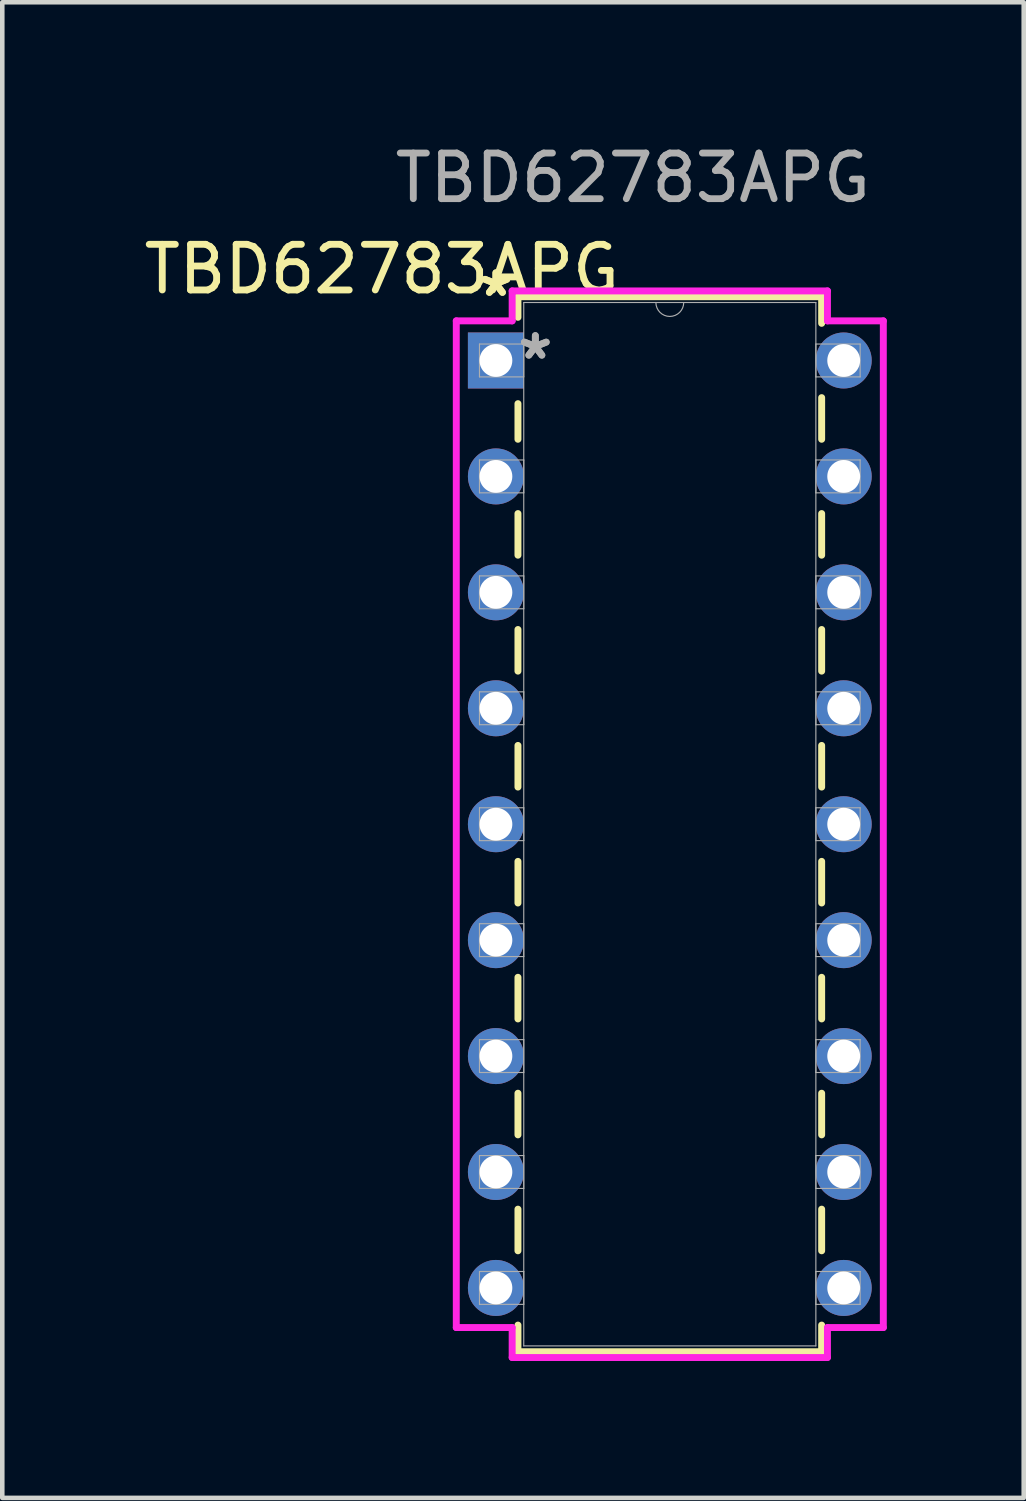
<source format=kicad_pcb>
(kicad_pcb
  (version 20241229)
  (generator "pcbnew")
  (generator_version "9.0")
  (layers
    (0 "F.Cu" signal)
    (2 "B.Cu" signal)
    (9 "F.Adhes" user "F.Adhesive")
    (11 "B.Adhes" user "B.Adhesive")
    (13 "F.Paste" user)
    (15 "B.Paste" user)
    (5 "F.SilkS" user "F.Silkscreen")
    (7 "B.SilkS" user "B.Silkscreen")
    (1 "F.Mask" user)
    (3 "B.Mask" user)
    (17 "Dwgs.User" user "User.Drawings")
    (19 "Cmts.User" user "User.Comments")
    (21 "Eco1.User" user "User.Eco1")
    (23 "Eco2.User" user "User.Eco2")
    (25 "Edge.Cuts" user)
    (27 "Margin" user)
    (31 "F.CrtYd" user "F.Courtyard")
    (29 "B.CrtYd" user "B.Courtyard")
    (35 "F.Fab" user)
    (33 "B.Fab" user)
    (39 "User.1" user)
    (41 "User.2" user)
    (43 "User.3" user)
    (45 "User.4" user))
  (footprint "TBD62783APG"
    (layer "F.Cu")
    (at 7.815 4.848)
    (property "Reference" "TBD62783APG" (at -2.5 -2 0) (unlocked yes) (layer "F.SilkS") (effects (font (size 1 1) (thickness 0.15))))
    (attr through_hole)
    (fp_line (start 0.483 -1.397) (end 0.483 -0.946) (stroke (width 0.152) (type solid)) (layer "F.SilkS"))
    (fp_line (start 0.483 0.946) (end 0.483 1.726) (stroke (width 0.152) (type solid)) (layer "F.SilkS"))
    (fp_line (start 0.483 3.354) (end 0.483 4.266) (stroke (width 0.152) (type solid)) (layer "F.SilkS"))
    (fp_line (start 0.483 5.894) (end 0.483 6.806) (stroke (width 0.152) (type solid)) (layer "F.SilkS"))
    (fp_line (start 0.483 8.434) (end 0.483 9.346) (stroke (width 0.152) (type solid)) (layer "F.SilkS"))
    (fp_line (start 0.483 10.974) (end 0.483 11.886) (stroke (width 0.152) (type solid)) (layer "F.SilkS"))
    (fp_line (start 0.483 13.514) (end 0.483 14.426) (stroke (width 0.152) (type solid)) (layer "F.SilkS"))
    (fp_line (start 0.483 16.054) (end 0.483 16.966) (stroke (width 0.152) (type solid)) (layer "F.SilkS"))
    (fp_line (start 0.483 18.594) (end 0.483 19.506) (stroke (width 0.152) (type solid)) (layer "F.SilkS"))
    (fp_line (start 0.483 21.134) (end 0.483 21.717) (stroke (width 0.152) (type solid)) (layer "F.SilkS"))
    (fp_line (start 0.483 21.717) (end 7.137 21.717) (stroke (width 0.152) (type solid)) (layer "F.SilkS"))
    (fp_line (start 7.137 -1.397) (end 0.483 -1.397) (stroke (width 0.152) (type solid)) (layer "F.SilkS"))
    (fp_line (start 7.137 -0.814) (end 7.137 -1.397) (stroke (width 0.152) (type solid)) (layer "F.SilkS"))
    (fp_line (start 7.137 1.726) (end 7.137 0.814) (stroke (width 0.152) (type solid)) (layer "F.SilkS"))
    (fp_line (start 7.137 4.266) (end 7.137 3.354) (stroke (width 0.152) (type solid)) (layer "F.SilkS"))
    (fp_line (start 7.137 6.806) (end 7.137 5.894) (stroke (width 0.152) (type solid)) (layer "F.SilkS"))
    (fp_line (start 7.137 9.346) (end 7.137 8.434) (stroke (width 0.152) (type solid)) (layer "F.SilkS"))
    (fp_line (start 7.137 11.886) (end 7.137 10.974) (stroke (width 0.152) (type solid)) (layer "F.SilkS"))
    (fp_line (start 7.137 14.426) (end 7.137 13.514) (stroke (width 0.152) (type solid)) (layer "F.SilkS"))
    (fp_line (start 7.137 16.966) (end 7.137 16.054) (stroke (width 0.152) (type solid)) (layer "F.SilkS"))
    (fp_line (start 7.137 19.506) (end 7.137 18.594) (stroke (width 0.152) (type solid)) (layer "F.SilkS"))
    (fp_line (start 7.137 21.717) (end 7.137 21.134) (stroke (width 0.152) (type solid)) (layer "F.SilkS"))
    (fp_line (start -0.868 -0.868) (end 0.356 -0.868) (stroke (width 0.152) (type solid)) (layer "F.CrtYd"))
    (fp_line (start -0.868 21.188) (end -0.868 -0.868) (stroke (width 0.152) (type solid)) (layer "F.CrtYd"))
    (fp_line (start 0.356 -1.524) (end 7.264 -1.524) (stroke (width 0.152) (type solid)) (layer "F.CrtYd"))
    (fp_line (start 0.356 -0.868) (end 0.356 -1.524) (stroke (width 0.152) (type solid)) (layer "F.CrtYd"))
    (fp_line (start 0.356 21.188) (end -0.868 21.188) (stroke (width 0.152) (type solid)) (layer "F.CrtYd"))
    (fp_line (start 0.356 21.844) (end 0.356 21.188) (stroke (width 0.152) (type solid)) (layer "F.CrtYd"))
    (fp_line (start 7.264 -1.524) (end 7.264 -0.868) (stroke (width 0.152) (type solid)) (layer "F.CrtYd"))
    (fp_line (start 7.264 21.188) (end 7.264 21.844) (stroke (width 0.152) (type solid)) (layer "F.CrtYd"))
    (fp_line (start 7.264 21.844) (end 0.356 21.844) (stroke (width 0.152) (type solid)) (layer "F.CrtYd"))
    (fp_line (start 8.488 -0.868) (end 7.264 -0.868) (stroke (width 0.152) (type solid)) (layer "F.CrtYd"))
    (fp_line (start 8.488 -0.868) (end 8.488 21.188) (stroke (width 0.152) (type solid)) (layer "F.CrtYd"))
    (fp_line (start 8.488 21.188) (end 7.264 21.188) (stroke (width 0.152) (type solid)) (layer "F.CrtYd"))
    (fp_line (start -0.36 -0.36) (end -0.36 0.36) (stroke (width 0.025) (type solid)) (layer "F.Fab"))
    (fp_line (start -0.36 0.36) (end 0.61 0.36) (stroke (width 0.025) (type solid)) (layer "F.Fab"))
    (fp_line (start -0.36 2.18) (end -0.36 2.9) (stroke (width 0.025) (type solid)) (layer "F.Fab"))
    (fp_line (start -0.36 2.9) (end 0.61 2.9) (stroke (width 0.025) (type solid)) (layer "F.Fab"))
    (fp_line (start -0.36 4.72) (end -0.36 5.44) (stroke (width 0.025) (type solid)) (layer "F.Fab"))
    (fp_line (start -0.36 5.44) (end 0.61 5.44) (stroke (width 0.025) (type solid)) (layer "F.Fab"))
    (fp_line (start -0.36 7.26) (end -0.36 7.98) (stroke (width 0.025) (type solid)) (layer "F.Fab"))
    (fp_line (start -0.36 7.98) (end 0.61 7.98) (stroke (width 0.025) (type solid)) (layer "F.Fab"))
    (fp_line (start -0.36 9.8) (end -0.36 10.52) (stroke (width 0.025) (type solid)) (layer "F.Fab"))
    (fp_line (start -0.36 10.52) (end 0.61 10.52) (stroke (width 0.025) (type solid)) (layer "F.Fab"))
    (fp_line (start -0.36 12.34) (end -0.36 13.06) (stroke (width 0.025) (type solid)) (layer "F.Fab"))
    (fp_line (start -0.36 13.06) (end 0.61 13.06) (stroke (width 0.025) (type solid)) (layer "F.Fab"))
    (fp_line (start -0.36 14.88) (end -0.36 15.6) (stroke (width 0.025) (type solid)) (layer "F.Fab"))
    (fp_line (start -0.36 15.6) (end 0.61 15.6) (stroke (width 0.025) (type solid)) (layer "F.Fab"))
    (fp_line (start -0.36 17.42) (end -0.36 18.14) (stroke (width 0.025) (type solid)) (layer "F.Fab"))
    (fp_line (start -0.36 18.14) (end 0.61 18.14) (stroke (width 0.025) (type solid)) (layer "F.Fab"))
    (fp_line (start -0.36 19.96) (end -0.36 20.68) (stroke (width 0.025) (type solid)) (layer "F.Fab"))
    (fp_line (start -0.36 20.68) (end 0.61 20.68) (stroke (width 0.025) (type solid)) (layer "F.Fab"))
    (fp_line (start 0.61 -1.27) (end 0.61 21.59) (stroke (width 0.025) (type solid)) (layer "F.Fab"))
    (fp_line (start 0.61 -0.36) (end -0.36 -0.36) (stroke (width 0.025) (type solid)) (layer "F.Fab"))
    (fp_line (start 0.61 0.36) (end 0.61 -0.36) (stroke (width 0.025) (type solid)) (layer "F.Fab"))
    (fp_line (start 0.61 2.18) (end -0.36 2.18) (stroke (width 0.025) (type solid)) (layer "F.Fab"))
    (fp_line (start 0.61 2.9) (end 0.61 2.18) (stroke (width 0.025) (type solid)) (layer "F.Fab"))
    (fp_line (start 0.61 4.72) (end -0.36 4.72) (stroke (width 0.025) (type solid)) (layer "F.Fab"))
    (fp_line (start 0.61 5.44) (end 0.61 4.72) (stroke (width 0.025) (type solid)) (layer "F.Fab"))
    (fp_line (start 0.61 7.26) (end -0.36 7.26) (stroke (width 0.025) (type solid)) (layer "F.Fab"))
    (fp_line (start 0.61 7.98) (end 0.61 7.26) (stroke (width 0.025) (type solid)) (layer "F.Fab"))
    (fp_line (start 0.61 9.8) (end -0.36 9.8) (stroke (width 0.025) (type solid)) (layer "F.Fab"))
    (fp_line (start 0.61 10.52) (end 0.61 9.8) (stroke (width 0.025) (type solid)) (layer "F.Fab"))
    (fp_line (start 0.61 12.34) (end -0.36 12.34) (stroke (width 0.025) (type solid)) (layer "F.Fab"))
    (fp_line (start 0.61 13.06) (end 0.61 12.34) (stroke (width 0.025) (type solid)) (layer "F.Fab"))
    (fp_line (start 0.61 14.88) (end -0.36 14.88) (stroke (width 0.025) (type solid)) (layer "F.Fab"))
    (fp_line (start 0.61 15.6) (end 0.61 14.88) (stroke (width 0.025) (type solid)) (layer "F.Fab"))
    (fp_line (start 0.61 17.42) (end -0.36 17.42) (stroke (width 0.025) (type solid)) (layer "F.Fab"))
    (fp_line (start 0.61 18.14) (end 0.61 17.42) (stroke (width 0.025) (type solid)) (layer "F.Fab"))
    (fp_line (start 0.61 19.96) (end -0.36 19.96) (stroke (width 0.025) (type solid)) (layer "F.Fab"))
    (fp_line (start 0.61 20.68) (end 0.61 19.96) (stroke (width 0.025) (type solid)) (layer "F.Fab"))
    (fp_line (start 0.61 21.59) (end 7.01 21.59) (stroke (width 0.025) (type solid)) (layer "F.Fab"))
    (fp_line (start 7.01 -1.27) (end 0.61 -1.27) (stroke (width 0.025) (type solid)) (layer "F.Fab"))
    (fp_line (start 7.01 -0.36) (end 7.01 0.36) (stroke (width 0.025) (type solid)) (layer "F.Fab"))
    (fp_line (start 7.01 0.36) (end 7.98 0.36) (stroke (width 0.025) (type solid)) (layer "F.Fab"))
    (fp_line (start 7.01 2.18) (end 7.01 2.9) (stroke (width 0.025) (type solid)) (layer "F.Fab"))
    (fp_line (start 7.01 2.9) (end 7.98 2.9) (stroke (width 0.025) (type solid)) (layer "F.Fab"))
    (fp_line (start 7.01 4.72) (end 7.01 5.44) (stroke (width 0.025) (type solid)) (layer "F.Fab"))
    (fp_line (start 7.01 5.44) (end 7.98 5.44) (stroke (width 0.025) (type solid)) (layer "F.Fab"))
    (fp_line (start 7.01 7.26) (end 7.01 7.98) (stroke (width 0.025) (type solid)) (layer "F.Fab"))
    (fp_line (start 7.01 7.98) (end 7.98 7.98) (stroke (width 0.025) (type solid)) (layer "F.Fab"))
    (fp_line (start 7.01 9.8) (end 7.01 10.52) (stroke (width 0.025) (type solid)) (layer "F.Fab"))
    (fp_line (start 7.01 10.52) (end 7.98 10.52) (stroke (width 0.025) (type solid)) (layer "F.Fab"))
    (fp_line (start 7.01 12.34) (end 7.01 13.06) (stroke (width 0.025) (type solid)) (layer "F.Fab"))
    (fp_line (start 7.01 13.06) (end 7.98 13.06) (stroke (width 0.025) (type solid)) (layer "F.Fab"))
    (fp_line (start 7.01 14.88) (end 7.01 15.6) (stroke (width 0.025) (type solid)) (layer "F.Fab"))
    (fp_line (start 7.01 15.6) (end 7.98 15.6) (stroke (width 0.025) (type solid)) (layer "F.Fab"))
    (fp_line (start 7.01 17.42) (end 7.01 18.14) (stroke (width 0.025) (type solid)) (layer "F.Fab"))
    (fp_line (start 7.01 18.14) (end 7.98 18.14) (stroke (width 0.025) (type solid)) (layer "F.Fab"))
    (fp_line (start 7.01 19.96) (end 7.01 20.68) (stroke (width 0.025) (type solid)) (layer "F.Fab"))
    (fp_line (start 7.01 20.68) (end 7.98 20.68) (stroke (width 0.025) (type solid)) (layer "F.Fab"))
    (fp_line (start 7.01 21.59) (end 7.01 -1.27) (stroke (width 0.025) (type solid)) (layer "F.Fab"))
    (fp_line (start 7.98 -0.36) (end 7.01 -0.36) (stroke (width 0.025) (type solid)) (layer "F.Fab"))
    (fp_line (start 7.98 0.36) (end 7.98 -0.36) (stroke (width 0.025) (type solid)) (layer "F.Fab"))
    (fp_line (start 7.98 2.18) (end 7.01 2.18) (stroke (width 0.025) (type solid)) (layer "F.Fab"))
    (fp_line (start 7.98 2.9) (end 7.98 2.18) (stroke (width 0.025) (type solid)) (layer "F.Fab"))
    (fp_line (start 7.98 4.72) (end 7.01 4.72) (stroke (width 0.025) (type solid)) (layer "F.Fab"))
    (fp_line (start 7.98 5.44) (end 7.98 4.72) (stroke (width 0.025) (type solid)) (layer "F.Fab"))
    (fp_line (start 7.98 7.26) (end 7.01 7.26) (stroke (width 0.025) (type solid)) (layer "F.Fab"))
    (fp_line (start 7.98 7.98) (end 7.98 7.26) (stroke (width 0.025) (type solid)) (layer "F.Fab"))
    (fp_line (start 7.98 9.8) (end 7.01 9.8) (stroke (width 0.025) (type solid)) (layer "F.Fab"))
    (fp_line (start 7.98 10.52) (end 7.98 9.8) (stroke (width 0.025) (type solid)) (layer "F.Fab"))
    (fp_line (start 7.98 12.34) (end 7.01 12.34) (stroke (width 0.025) (type solid)) (layer "F.Fab"))
    (fp_line (start 7.98 13.06) (end 7.98 12.34) (stroke (width 0.025) (type solid)) (layer "F.Fab"))
    (fp_line (start 7.98 14.88) (end 7.01 14.88) (stroke (width 0.025) (type solid)) (layer "F.Fab"))
    (fp_line (start 7.98 15.6) (end 7.98 14.88) (stroke (width 0.025) (type solid)) (layer "F.Fab"))
    (fp_line (start 7.98 17.42) (end 7.01 17.42) (stroke (width 0.025) (type solid)) (layer "F.Fab"))
    (fp_line (start 7.98 18.14) (end 7.98 17.42) (stroke (width 0.025) (type solid)) (layer "F.Fab"))
    (fp_line (start 7.98 19.96) (end 7.01 19.96) (stroke (width 0.025) (type solid)) (layer "F.Fab"))
    (fp_line (start 7.98 20.68) (end 7.98 19.96) (stroke (width 0.025) (type solid)) (layer "F.Fab"))
    (fp_arc (start 4.1148 -1.27) (mid 3.81 -0.9652) (end 3.5052 -1.27) (stroke (width 0.0254) (type solid)) (layer "F.Fab"))
    (fp_text user "*" (at 0 -1.376 0) (layer "F.SilkS") (effects (font (size 1 1) (thickness 0.15))))
    (fp_text user "*" (at 0 -1.376 0) (unlocked yes) (layer "F.SilkS") (effects (font (size 1 1) (thickness 0.15))))
    (fp_text user "*" (at 0.864 0 0) (unlocked yes) (layer "F.Fab") (effects (font (size 1 1) (thickness 0.15))))
    (fp_text user "*" (at 0.864 0 0) (layer "F.Fab") (effects (font (size 1 1) (thickness 0.15))))
    (fp_text user "${REFERENCE}" (at 3 -4 0) (unlocked yes) (layer "F.Fab") (effects (font (size 1 1) (thickness 0.15))))
    (pad "1" thru_hole rect (at 0 0) (size 1.227 1.227) (drill 0.719) (layers "*.Cu" "*.Mask"))
    (pad "2" thru_hole circle (at 0 2.54) (size 1.227 1.227) (drill 0.719) (layers "*.Cu" "*.Mask"))
    (pad "3" thru_hole circle (at 0 5.08) (size 1.227 1.227) (drill 0.719) (layers "*.Cu" "*.Mask"))
    (pad "4" thru_hole circle (at 0 7.62) (size 1.227 1.227) (drill 0.719) (layers "*.Cu" "*.Mask"))
    (pad "5" thru_hole circle (at 0 10.16) (size 1.227 1.227) (drill 0.719) (layers "*.Cu" "*.Mask"))
    (pad "6" thru_hole circle (at 0 12.7) (size 1.227 1.227) (drill 0.719) (layers "*.Cu" "*.Mask"))
    (pad "7" thru_hole circle (at 0 15.24) (size 1.227 1.227) (drill 0.719) (layers "*.Cu" "*.Mask"))
    (pad "8" thru_hole circle (at 0 17.78) (size 1.227 1.227) (drill 0.719) (layers "*.Cu" "*.Mask"))
    (pad "9" thru_hole circle (at 0 20.32) (size 1.227 1.227) (drill 0.719) (layers "*.Cu" "*.Mask"))
    (pad "10" thru_hole circle (at 7.62 20.32) (size 1.227 1.227) (drill 0.719) (layers "*.Cu" "*.Mask"))
    (pad "11" thru_hole circle (at 7.62 17.78) (size 1.227 1.227) (drill 0.719) (layers "*.Cu" "*.Mask"))
    (pad "12" thru_hole circle (at 7.62 15.24) (size 1.227 1.227) (drill 0.719) (layers "*.Cu" "*.Mask"))
    (pad "13" thru_hole circle (at 7.62 12.7) (size 1.227 1.227) (drill 0.719) (layers "*.Cu" "*.Mask"))
    (pad "14" thru_hole circle (at 7.62 10.16) (size 1.227 1.227) (drill 0.719) (layers "*.Cu" "*.Mask"))
    (pad "15" thru_hole circle (at 7.62 7.62) (size 1.227 1.227) (drill 0.719) (layers "*.Cu" "*.Mask"))
    (pad "16" thru_hole circle (at 7.62 5.08) (size 1.227 1.227) (drill 0.719) (layers "*.Cu" "*.Mask"))
    (pad "17" thru_hole circle (at 7.62 2.54) (size 1.227 1.227) (drill 0.719) (layers "*.Cu" "*.Mask"))
    (pad "18" thru_hole circle (at 7.62 0) (size 1.227 1.227) (drill 0.719) (layers "*.Cu" "*.Mask")))
  (gr_rect
    (start -3 -3)
    (end 19.379 29.768)
    (stroke (width 0.1) (type default))
    (fill no)
    (layer "Edge.Cuts")))
</source>
